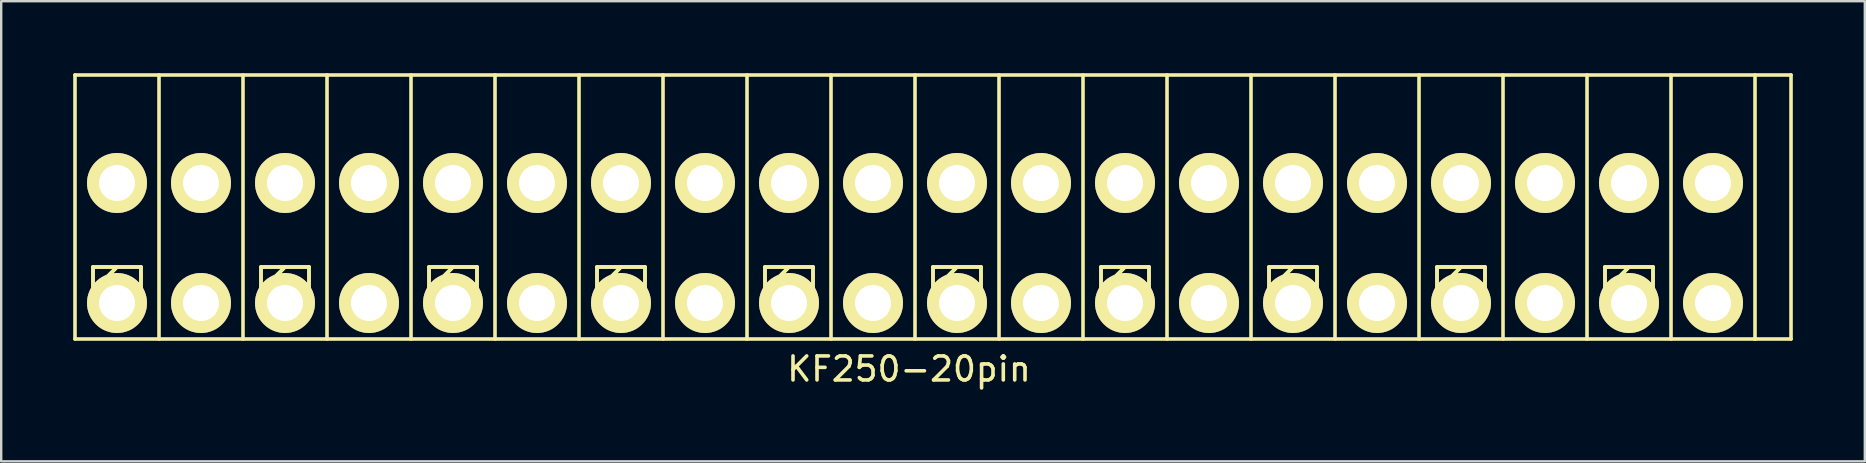
<source format=kicad_pcb>
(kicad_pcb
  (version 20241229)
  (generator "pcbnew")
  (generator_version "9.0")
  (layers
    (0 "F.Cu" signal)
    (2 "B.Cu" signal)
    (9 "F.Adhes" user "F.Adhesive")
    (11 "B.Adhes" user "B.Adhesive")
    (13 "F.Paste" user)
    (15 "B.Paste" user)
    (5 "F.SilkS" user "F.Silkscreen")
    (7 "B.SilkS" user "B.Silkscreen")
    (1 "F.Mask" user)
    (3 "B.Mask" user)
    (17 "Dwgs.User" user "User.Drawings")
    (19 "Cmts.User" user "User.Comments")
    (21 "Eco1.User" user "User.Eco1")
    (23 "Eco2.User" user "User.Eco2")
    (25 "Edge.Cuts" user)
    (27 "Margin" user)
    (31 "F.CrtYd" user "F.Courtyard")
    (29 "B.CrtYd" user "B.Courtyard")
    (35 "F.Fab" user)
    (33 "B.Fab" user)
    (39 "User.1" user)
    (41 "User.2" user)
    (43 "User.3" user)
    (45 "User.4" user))
  (footprint "KF250-20pin"
    (layer "F.Cu")
    (at 34.825 7.075)
    (property "Reference" "KF250-20pin" (at 0 5.25 0) (layer "F.SilkS") (effects (font (size 1 1) (thickness 0.15))))
    (attr through_hole)
    (fp_line (start -34.75 -7) (end -34.75 4) (stroke (width 0.15) (type solid)) (layer "F.SilkS"))
    (fp_line (start -34.75 -7) (end 36.75 -7) (stroke (width 0.15) (type solid)) (layer "F.SilkS"))
    (fp_line (start -34 1) (end -34 3) (stroke (width 0.15) (type solid)) (layer "F.SilkS"))
    (fp_line (start -34 1) (end -34 3) (stroke (width 0.15) (type solid)) (layer "F.SilkS"))
    (fp_line (start -34 3) (end -32 3) (stroke (width 0.15) (type solid)) (layer "F.SilkS"))
    (fp_line (start -34 3) (end -32 3) (stroke (width 0.15) (type solid)) (layer "F.SilkS"))
    (fp_line (start -33 1) (end -34 2) (stroke (width 0.15) (type solid)) (layer "F.SilkS"))
    (fp_line (start -33 1) (end -34 2) (stroke (width 0.15) (type solid)) (layer "F.SilkS"))
    (fp_line (start -32 1) (end -34 1) (stroke (width 0.15) (type solid)) (layer "F.SilkS"))
    (fp_line (start -32 1) (end -34 1) (stroke (width 0.15) (type solid)) (layer "F.SilkS"))
    (fp_line (start -32 3) (end -32 1) (stroke (width 0.15) (type solid)) (layer "F.SilkS"))
    (fp_line (start -32 3) (end -32 1) (stroke (width 0.15) (type solid)) (layer "F.SilkS"))
    (fp_line (start -31.25 -7) (end -31.25 4) (stroke (width 0.15) (type solid)) (layer "F.SilkS"))
    (fp_line (start -27.75 -7) (end -27.75 4) (stroke (width 0.15) (type solid)) (layer "F.SilkS"))
    (fp_line (start -27 1) (end -27 3) (stroke (width 0.15) (type solid)) (layer "F.SilkS"))
    (fp_line (start -27 1) (end -27 3) (stroke (width 0.15) (type solid)) (layer "F.SilkS"))
    (fp_line (start -27 3) (end -25 3) (stroke (width 0.15) (type solid)) (layer "F.SilkS"))
    (fp_line (start -27 3) (end -25 3) (stroke (width 0.15) (type solid)) (layer "F.SilkS"))
    (fp_line (start -26 1) (end -27 2) (stroke (width 0.15) (type solid)) (layer "F.SilkS"))
    (fp_line (start -26 1) (end -27 2) (stroke (width 0.15) (type solid)) (layer "F.SilkS"))
    (fp_line (start -25 1) (end -27 1) (stroke (width 0.15) (type solid)) (layer "F.SilkS"))
    (fp_line (start -25 1) (end -27 1) (stroke (width 0.15) (type solid)) (layer "F.SilkS"))
    (fp_line (start -25 3) (end -25 1) (stroke (width 0.15) (type solid)) (layer "F.SilkS"))
    (fp_line (start -25 3) (end -25 1) (stroke (width 0.15) (type solid)) (layer "F.SilkS"))
    (fp_line (start -24.25 -7) (end -24.25 4) (stroke (width 0.15) (type solid)) (layer "F.SilkS"))
    (fp_line (start -20.75 -7) (end -20.75 4) (stroke (width 0.15) (type solid)) (layer "F.SilkS"))
    (fp_line (start -20 1) (end -20 3) (stroke (width 0.15) (type solid)) (layer "F.SilkS"))
    (fp_line (start -20 1) (end -20 3) (stroke (width 0.15) (type solid)) (layer "F.SilkS"))
    (fp_line (start -20 3) (end -18 3) (stroke (width 0.15) (type solid)) (layer "F.SilkS"))
    (fp_line (start -20 3) (end -18 3) (stroke (width 0.15) (type solid)) (layer "F.SilkS"))
    (fp_line (start -19 1) (end -20 2) (stroke (width 0.15) (type solid)) (layer "F.SilkS"))
    (fp_line (start -19 1) (end -20 2) (stroke (width 0.15) (type solid)) (layer "F.SilkS"))
    (fp_line (start -18 1) (end -20 1) (stroke (width 0.15) (type solid)) (layer "F.SilkS"))
    (fp_line (start -18 1) (end -20 1) (stroke (width 0.15) (type solid)) (layer "F.SilkS"))
    (fp_line (start -18 3) (end -18 1) (stroke (width 0.15) (type solid)) (layer "F.SilkS"))
    (fp_line (start -18 3) (end -18 1) (stroke (width 0.15) (type solid)) (layer "F.SilkS"))
    (fp_line (start -17.25 -7) (end -17.25 4) (stroke (width 0.15) (type solid)) (layer "F.SilkS"))
    (fp_line (start -13.75 -7) (end -13.75 4) (stroke (width 0.15) (type solid)) (layer "F.SilkS"))
    (fp_line (start -13 1) (end -13 3) (stroke (width 0.15) (type solid)) (layer "F.SilkS"))
    (fp_line (start -13 1) (end -13 3) (stroke (width 0.15) (type solid)) (layer "F.SilkS"))
    (fp_line (start -13 3) (end -11 3) (stroke (width 0.15) (type solid)) (layer "F.SilkS"))
    (fp_line (start -13 3) (end -11 3) (stroke (width 0.15) (type solid)) (layer "F.SilkS"))
    (fp_line (start -12 1) (end -13 2) (stroke (width 0.15) (type solid)) (layer "F.SilkS"))
    (fp_line (start -12 1) (end -13 2) (stroke (width 0.15) (type solid)) (layer "F.SilkS"))
    (fp_line (start -11 1) (end -13 1) (stroke (width 0.15) (type solid)) (layer "F.SilkS"))
    (fp_line (start -11 1) (end -13 1) (stroke (width 0.15) (type solid)) (layer "F.SilkS"))
    (fp_line (start -11 3) (end -11 1) (stroke (width 0.15) (type solid)) (layer "F.SilkS"))
    (fp_line (start -11 3) (end -11 1) (stroke (width 0.15) (type solid)) (layer "F.SilkS"))
    (fp_line (start -10.25 -7) (end -10.25 4) (stroke (width 0.15) (type solid)) (layer "F.SilkS"))
    (fp_line (start -6.75 -7) (end -6.75 4) (stroke (width 0.15) (type solid)) (layer "F.SilkS"))
    (fp_line (start -6 1) (end -6 3) (stroke (width 0.15) (type solid)) (layer "F.SilkS"))
    (fp_line (start -6 1) (end -6 3) (stroke (width 0.15) (type solid)) (layer "F.SilkS"))
    (fp_line (start -6 3) (end -4 3) (stroke (width 0.15) (type solid)) (layer "F.SilkS"))
    (fp_line (start -6 3) (end -4 3) (stroke (width 0.15) (type solid)) (layer "F.SilkS"))
    (fp_line (start -5 1) (end -6 2) (stroke (width 0.15) (type solid)) (layer "F.SilkS"))
    (fp_line (start -5 1) (end -6 2) (stroke (width 0.15) (type solid)) (layer "F.SilkS"))
    (fp_line (start -4 1) (end -6 1) (stroke (width 0.15) (type solid)) (layer "F.SilkS"))
    (fp_line (start -4 1) (end -6 1) (stroke (width 0.15) (type solid)) (layer "F.SilkS"))
    (fp_line (start -4 3) (end -4 1) (stroke (width 0.15) (type solid)) (layer "F.SilkS"))
    (fp_line (start -4 3) (end -4 1) (stroke (width 0.15) (type solid)) (layer "F.SilkS"))
    (fp_line (start -3.25 -7) (end -3.25 4) (stroke (width 0.15) (type solid)) (layer "F.SilkS"))
    (fp_line (start 0.25 -7) (end 0.25 4) (stroke (width 0.15) (type solid)) (layer "F.SilkS"))
    (fp_line (start 1 1) (end 1 3) (stroke (width 0.15) (type solid)) (layer "F.SilkS"))
    (fp_line (start 1 1) (end 1 3) (stroke (width 0.15) (type solid)) (layer "F.SilkS"))
    (fp_line (start 1 3) (end 3 3) (stroke (width 0.15) (type solid)) (layer "F.SilkS"))
    (fp_line (start 1 3) (end 3 3) (stroke (width 0.15) (type solid)) (layer "F.SilkS"))
    (fp_line (start 2 1) (end 1 2) (stroke (width 0.15) (type solid)) (layer "F.SilkS"))
    (fp_line (start 2 1) (end 1 2) (stroke (width 0.15) (type solid)) (layer "F.SilkS"))
    (fp_line (start 3 1) (end 1 1) (stroke (width 0.15) (type solid)) (layer "F.SilkS"))
    (fp_line (start 3 1) (end 1 1) (stroke (width 0.15) (type solid)) (layer "F.SilkS"))
    (fp_line (start 3 3) (end 3 1) (stroke (width 0.15) (type solid)) (layer "F.SilkS"))
    (fp_line (start 3 3) (end 3 1) (stroke (width 0.15) (type solid)) (layer "F.SilkS"))
    (fp_line (start 3.75 -7) (end 3.75 4) (stroke (width 0.15) (type solid)) (layer "F.SilkS"))
    (fp_line (start 7.25 -7) (end 7.25 4) (stroke (width 0.15) (type solid)) (layer "F.SilkS"))
    (fp_line (start 8 1) (end 8 3) (stroke (width 0.15) (type solid)) (layer "F.SilkS"))
    (fp_line (start 8 1) (end 8 3) (stroke (width 0.15) (type solid)) (layer "F.SilkS"))
    (fp_line (start 8 3) (end 10 3) (stroke (width 0.15) (type solid)) (layer "F.SilkS"))
    (fp_line (start 8 3) (end 10 3) (stroke (width 0.15) (type solid)) (layer "F.SilkS"))
    (fp_line (start 9 1) (end 8 2) (stroke (width 0.15) (type solid)) (layer "F.SilkS"))
    (fp_line (start 9 1) (end 8 2) (stroke (width 0.15) (type solid)) (layer "F.SilkS"))
    (fp_line (start 10 1) (end 8 1) (stroke (width 0.15) (type solid)) (layer "F.SilkS"))
    (fp_line (start 10 1) (end 8 1) (stroke (width 0.15) (type solid)) (layer "F.SilkS"))
    (fp_line (start 10 3) (end 10 1) (stroke (width 0.15) (type solid)) (layer "F.SilkS"))
    (fp_line (start 10 3) (end 10 1) (stroke (width 0.15) (type solid)) (layer "F.SilkS"))
    (fp_line (start 10.75 -7) (end 10.75 4) (stroke (width 0.15) (type solid)) (layer "F.SilkS"))
    (fp_line (start 14.25 -7) (end 14.25 4) (stroke (width 0.15) (type solid)) (layer "F.SilkS"))
    (fp_line (start 15 1) (end 15 3) (stroke (width 0.15) (type solid)) (layer "F.SilkS"))
    (fp_line (start 15 1) (end 15 3) (stroke (width 0.15) (type solid)) (layer "F.SilkS"))
    (fp_line (start 15 3) (end 17 3) (stroke (width 0.15) (type solid)) (layer "F.SilkS"))
    (fp_line (start 15 3) (end 17 3) (stroke (width 0.15) (type solid)) (layer "F.SilkS"))
    (fp_line (start 16 1) (end 15 2) (stroke (width 0.15) (type solid)) (layer "F.SilkS"))
    (fp_line (start 16 1) (end 15 2) (stroke (width 0.15) (type solid)) (layer "F.SilkS"))
    (fp_line (start 17 1) (end 15 1) (stroke (width 0.15) (type solid)) (layer "F.SilkS"))
    (fp_line (start 17 1) (end 15 1) (stroke (width 0.15) (type solid)) (layer "F.SilkS"))
    (fp_line (start 17 3) (end 17 1) (stroke (width 0.15) (type solid)) (layer "F.SilkS"))
    (fp_line (start 17 3) (end 17 1) (stroke (width 0.15) (type solid)) (layer "F.SilkS"))
    (fp_line (start 17.75 -7) (end 17.75 4) (stroke (width 0.15) (type solid)) (layer "F.SilkS"))
    (fp_line (start 21.25 -7) (end 21.25 4) (stroke (width 0.15) (type solid)) (layer "F.SilkS"))
    (fp_line (start 22 1) (end 22 3) (stroke (width 0.15) (type solid)) (layer "F.SilkS"))
    (fp_line (start 22 1) (end 22 3) (stroke (width 0.15) (type solid)) (layer "F.SilkS"))
    (fp_line (start 22 3) (end 24 3) (stroke (width 0.15) (type solid)) (layer "F.SilkS"))
    (fp_line (start 22 3) (end 24 3) (stroke (width 0.15) (type solid)) (layer "F.SilkS"))
    (fp_line (start 23 1) (end 22 2) (stroke (width 0.15) (type solid)) (layer "F.SilkS"))
    (fp_line (start 23 1) (end 22 2) (stroke (width 0.15) (type solid)) (layer "F.SilkS"))
    (fp_line (start 24 1) (end 22 1) (stroke (width 0.15) (type solid)) (layer "F.SilkS"))
    (fp_line (start 24 1) (end 22 1) (stroke (width 0.15) (type solid)) (layer "F.SilkS"))
    (fp_line (start 24 3) (end 24 1) (stroke (width 0.15) (type solid)) (layer "F.SilkS"))
    (fp_line (start 24 3) (end 24 1) (stroke (width 0.15) (type solid)) (layer "F.SilkS"))
    (fp_line (start 24.75 -7) (end 24.75 4) (stroke (width 0.15) (type solid)) (layer "F.SilkS"))
    (fp_line (start 28.25 -7) (end 28.25 4) (stroke (width 0.15) (type solid)) (layer "F.SilkS"))
    (fp_line (start 29 1) (end 29 3) (stroke (width 0.15) (type solid)) (layer "F.SilkS"))
    (fp_line (start 29 1) (end 29 3) (stroke (width 0.15) (type solid)) (layer "F.SilkS"))
    (fp_line (start 29 3) (end 31 3) (stroke (width 0.15) (type solid)) (layer "F.SilkS"))
    (fp_line (start 29 3) (end 31 3) (stroke (width 0.15) (type solid)) (layer "F.SilkS"))
    (fp_line (start 30 1) (end 29 2) (stroke (width 0.15) (type solid)) (layer "F.SilkS"))
    (fp_line (start 30 1) (end 29 2) (stroke (width 0.15) (type solid)) (layer "F.SilkS"))
    (fp_line (start 31 1) (end 29 1) (stroke (width 0.15) (type solid)) (layer "F.SilkS"))
    (fp_line (start 31 1) (end 29 1) (stroke (width 0.15) (type solid)) (layer "F.SilkS"))
    (fp_line (start 31 3) (end 31 1) (stroke (width 0.15) (type solid)) (layer "F.SilkS"))
    (fp_line (start 31 3) (end 31 1) (stroke (width 0.15) (type solid)) (layer "F.SilkS"))
    (fp_line (start 31.75 -7) (end 31.75 4) (stroke (width 0.15) (type solid)) (layer "F.SilkS"))
    (fp_line (start 35.25 -7) (end 35.25 4) (stroke (width 0.15) (type solid)) (layer "F.SilkS"))
    (fp_line (start 35.25 4) (end -34.75 4) (stroke (width 0.15) (type solid)) (layer "F.SilkS"))
    (fp_line (start 35.25 4) (end 36.75 4) (stroke (width 0.15) (type solid)) (layer "F.SilkS"))
    (fp_line (start 36.75 -7) (end 36.75 4) (stroke (width 0.15) (type solid)) (layer "F.SilkS"))
    (fp_circle (center -29.5 -2.5) (end -29 -2) (stroke (width 0.15) (type solid)) (fill no) (layer "F.SilkS"))
    (fp_circle (center -22.5 -2.5) (end -22 -2) (stroke (width 0.15) (type solid)) (fill no) (layer "F.SilkS"))
    (fp_circle (center -15.5 -2.5) (end -15 -2) (stroke (width 0.15) (type solid)) (fill no) (layer "F.SilkS"))
    (fp_circle (center -8.5 -2.5) (end -8 -2) (stroke (width 0.15) (type solid)) (fill no) (layer "F.SilkS"))
    (fp_circle (center -1.5 -2.5) (end -1 -2) (stroke (width 0.15) (type solid)) (fill no) (layer "F.SilkS"))
    (fp_circle (center 5.5 -2.5) (end 6 -2) (stroke (width 0.15) (type solid)) (fill no) (layer "F.SilkS"))
    (fp_circle (center 12.5 -2.5) (end 13 -2) (stroke (width 0.15) (type solid)) (fill no) (layer "F.SilkS"))
    (fp_circle (center 19.5 -2.5) (end 20 -2) (stroke (width 0.15) (type solid)) (fill no) (layer "F.SilkS"))
    (fp_circle (center 26.5 -2.5) (end 27 -2) (stroke (width 0.15) (type solid)) (fill no) (layer "F.SilkS"))
    (fp_circle (center 33.5 -2.5) (end 34 -2) (stroke (width 0.15) (type solid)) (fill no) (layer "F.SilkS"))
    (pad "1" thru_hole circle (at 33.5 -2.5) (size 2.5 2.5) (drill 1.5) (layers "*.Cu" "*.Mask" "F.SilkS"))
    (pad "1" thru_hole circle (at 33.5 2.5) (size 2.5 2.5) (drill 1.5) (layers "*.Cu" "*.Mask" "F.SilkS"))
    (pad "2" thru_hole circle (at 30 -2.5) (size 2.5 2.5) (drill 1.5) (layers "*.Cu" "*.Mask" "F.SilkS"))
    (pad "2" thru_hole circle (at 30 2.5) (size 2.5 2.5) (drill 1.5) (layers "*.Cu" "*.Mask" "F.SilkS"))
    (pad "3" thru_hole circle (at 26.5 -2.5) (size 2.5 2.5) (drill 1.5) (layers "*.Cu" "*.Mask" "F.SilkS"))
    (pad "3" thru_hole circle (at 26.5 2.5) (size 2.5 2.5) (drill 1.5) (layers "*.Cu" "*.Mask" "F.SilkS"))
    (pad "4" thru_hole circle (at 23 -2.5) (size 2.5 2.5) (drill 1.5) (layers "*.Cu" "*.Mask" "F.SilkS"))
    (pad "4" thru_hole circle (at 23 2.5) (size 2.5 2.5) (drill 1.5) (layers "*.Cu" "*.Mask" "F.SilkS"))
    (pad "5" thru_hole circle (at 19.5 -2.5) (size 2.5 2.5) (drill 1.5) (layers "*.Cu" "*.Mask" "F.SilkS"))
    (pad "5" thru_hole circle (at 19.5 2.5) (size 2.5 2.5) (drill 1.5) (layers "*.Cu" "*.Mask" "F.SilkS"))
    (pad "6" thru_hole circle (at 16 -2.5) (size 2.5 2.5) (drill 1.5) (layers "*.Cu" "*.Mask" "F.SilkS"))
    (pad "6" thru_hole circle (at 16 2.5) (size 2.5 2.5) (drill 1.5) (layers "*.Cu" "*.Mask" "F.SilkS"))
    (pad "7" thru_hole circle (at 12.5 -2.5) (size 2.5 2.5) (drill 1.5) (layers "*.Cu" "*.Mask" "F.SilkS"))
    (pad "7" thru_hole circle (at 12.5 2.5) (size 2.5 2.5) (drill 1.5) (layers "*.Cu" "*.Mask" "F.SilkS"))
    (pad "8" thru_hole circle (at 9 -2.5) (size 2.5 2.5) (drill 1.5) (layers "*.Cu" "*.Mask" "F.SilkS"))
    (pad "8" thru_hole circle (at 9 2.5) (size 2.5 2.5) (drill 1.5) (layers "*.Cu" "*.Mask" "F.SilkS"))
    (pad "9" thru_hole circle (at 5.5 -2.5) (size 2.5 2.5) (drill 1.5) (layers "*.Cu" "*.Mask" "F.SilkS"))
    (pad "9" thru_hole circle (at 5.5 2.5) (size 2.5 2.5) (drill 1.5) (layers "*.Cu" "*.Mask" "F.SilkS"))
    (pad "10" thru_hole circle (at 2 -2.5) (size 2.5 2.5) (drill 1.5) (layers "*.Cu" "*.Mask" "F.SilkS"))
    (pad "10" thru_hole circle (at 2 2.5) (size 2.5 2.5) (drill 1.5) (layers "*.Cu" "*.Mask" "F.SilkS"))
    (pad "11" thru_hole circle (at -1.5 -2.5) (size 2.5 2.5) (drill 1.5) (layers "*.Cu" "*.Mask" "F.SilkS"))
    (pad "11" thru_hole circle (at -1.5 2.5) (size 2.5 2.5) (drill 1.5) (layers "*.Cu" "*.Mask" "F.SilkS"))
    (pad "12" thru_hole circle (at -5 -2.5) (size 2.5 2.5) (drill 1.5) (layers "*.Cu" "*.Mask" "F.SilkS"))
    (pad "12" thru_hole circle (at -5 2.5) (size 2.5 2.5) (drill 1.5) (layers "*.Cu" "*.Mask" "F.SilkS"))
    (pad "13" thru_hole circle (at -8.5 -2.5) (size 2.5 2.5) (drill 1.5) (layers "*.Cu" "*.Mask" "F.SilkS"))
    (pad "13" thru_hole circle (at -8.5 2.5) (size 2.5 2.5) (drill 1.5) (layers "*.Cu" "*.Mask" "F.SilkS"))
    (pad "14" thru_hole circle (at -12 -2.5) (size 2.5 2.5) (drill 1.5) (layers "*.Cu" "*.Mask" "F.SilkS"))
    (pad "14" thru_hole circle (at -12 2.5) (size 2.5 2.5) (drill 1.5) (layers "*.Cu" "*.Mask" "F.SilkS"))
    (pad "15" thru_hole circle (at -15.5 -2.5) (size 2.5 2.5) (drill 1.5) (layers "*.Cu" "*.Mask" "F.SilkS"))
    (pad "15" thru_hole circle (at -15.5 2.5) (size 2.5 2.5) (drill 1.5) (layers "*.Cu" "*.Mask" "F.SilkS"))
    (pad "16" thru_hole circle (at -19 -2.5) (size 2.5 2.5) (drill 1.5) (layers "*.Cu" "*.Mask" "F.SilkS"))
    (pad "16" thru_hole circle (at -19 2.5) (size 2.5 2.5) (drill 1.5) (layers "*.Cu" "*.Mask" "F.SilkS"))
    (pad "17" thru_hole circle (at -22.5 -2.5) (size 2.5 2.5) (drill 1.5) (layers "*.Cu" "*.Mask" "F.SilkS"))
    (pad "17" thru_hole circle (at -22.5 2.5) (size 2.5 2.5) (drill 1.5) (layers "*.Cu" "*.Mask" "F.SilkS"))
    (pad "18" thru_hole circle (at -26 -2.5) (size 2.5 2.5) (drill 1.5) (layers "*.Cu" "*.Mask" "F.SilkS"))
    (pad "18" thru_hole circle (at -26 2.5) (size 2.5 2.5) (drill 1.5) (layers "*.Cu" "*.Mask" "F.SilkS"))
    (pad "19" thru_hole circle (at -29.5 -2.5) (size 2.5 2.5) (drill 1.5) (layers "*.Cu" "*.Mask" "F.SilkS"))
    (pad "19" thru_hole circle (at -29.5 2.5) (size 2.5 2.5) (drill 1.5) (layers "*.Cu" "*.Mask" "F.SilkS"))
    (pad "20" thru_hole circle (at -33 -2.5) (size 2.5 2.5) (drill 1.5) (layers "*.Cu" "*.Mask" "F.SilkS"))
    (pad "20" thru_hole circle (at -33 2.5) (size 2.5 2.5) (drill 1.5) (layers "*.Cu" "*.Mask" "F.SilkS")))
  (gr_rect
    (start -3 -3)
    (end 74.65 16.173)
    (stroke (width 0.1) (type default))
    (fill no)
    (layer "Edge.Cuts")))
</source>
